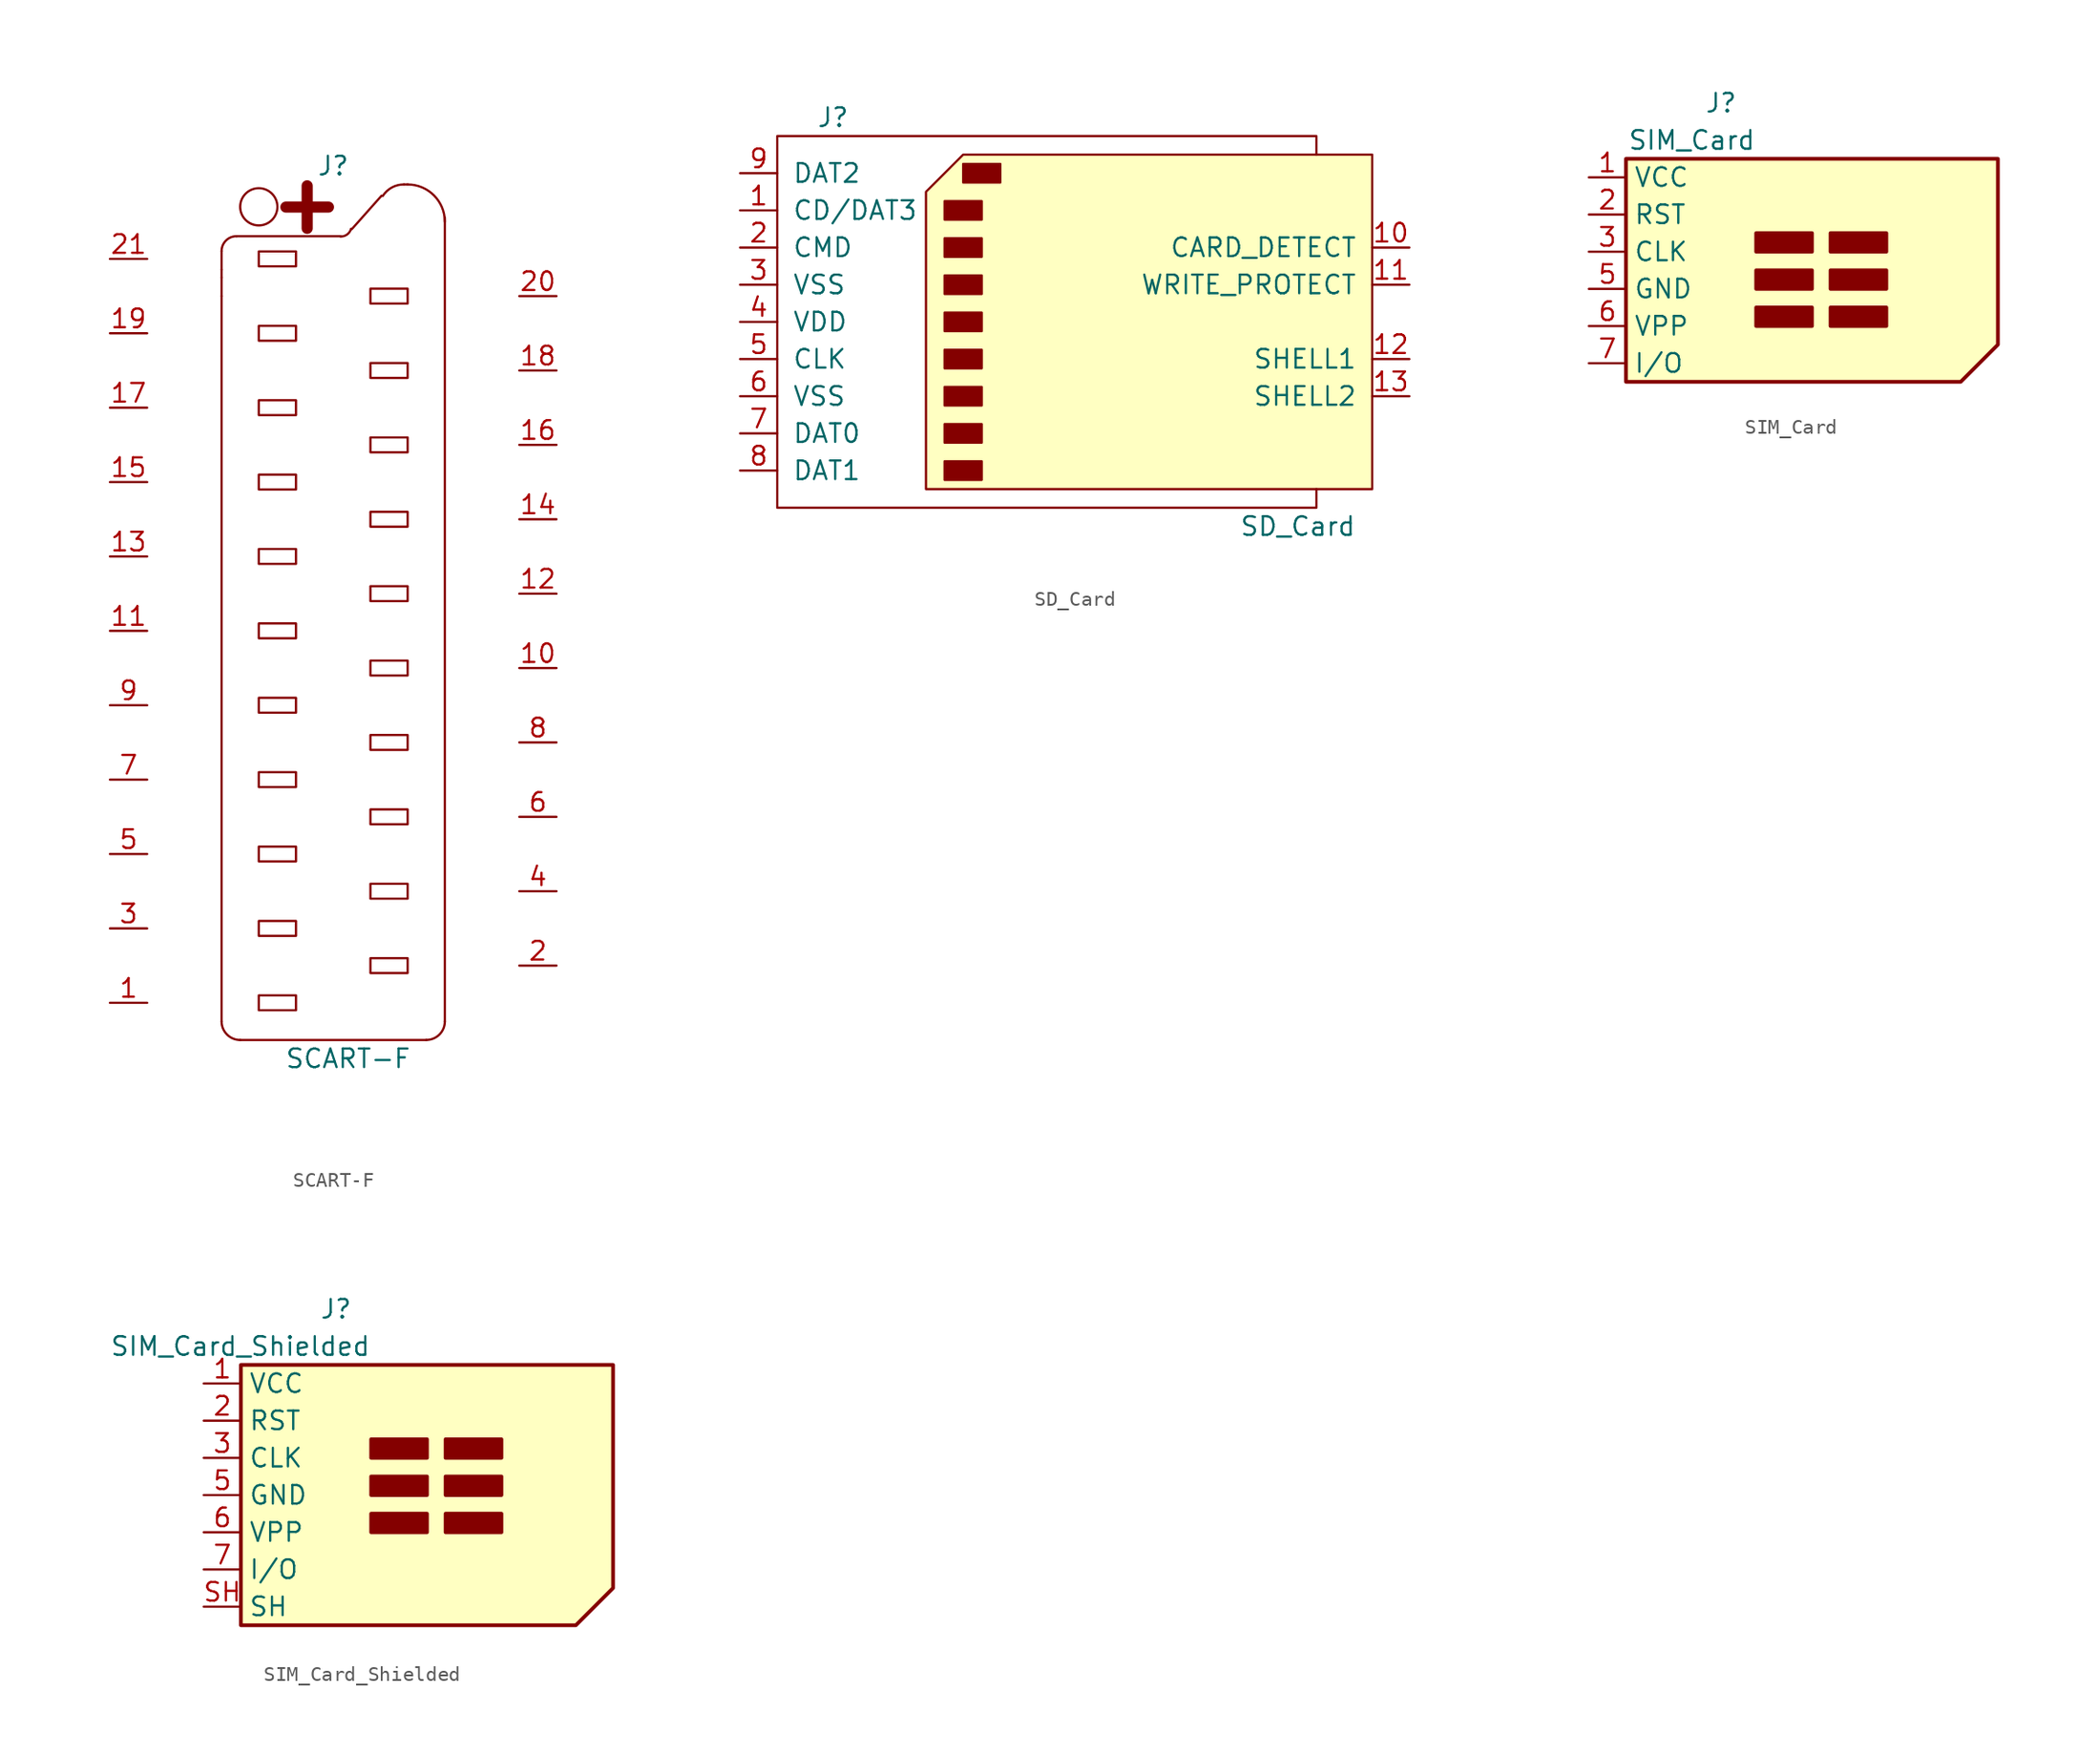
<source format=kicad_sym>
(kicad_symbol_lib
  (version 20220914)
  (generator kicad_symbol_editor)
  (symbol "SCART-F"
    (pin_names
      (offset 0.762) hide)
    (property "Reference" "J"
      (at 0 31.75 0)
      (effects (font (size 1.27 1.27))))
    (property "Value" "SCART-F"
      (at 1.016 -29.21 0)
      (effects (font (size 1.27 1.27))))
    (symbol "SCART-F_0_1"
      (arc (start -7.62 -26.67) (mid -7.248 -27.568) (end -6.35 -27.94) (stroke (width 0) (type solid)) (fill (type none)))
      (arc (start -6.604 26.9494) (mid -7.3224 26.6518) (end -7.62 25.9334) (stroke (width 0) (type solid)) (fill (type none)))
      (rectangle (start -5.08 -24.892) (end -2.54 -25.908) (stroke (width 0) (type solid)) (fill (type none)))
      (rectangle (start -5.08 -19.812) (end -2.54 -20.828) (stroke (width 0) (type solid)) (fill (type none)))
      (rectangle (start -5.08 -14.732) (end -2.54 -15.748) (stroke (width 0) (type solid)) (fill (type none)))
      (rectangle (start -5.08 -9.652) (end -2.54 -10.668) (stroke (width 0) (type solid)) (fill (type none)))
      (rectangle (start -5.08 -4.572) (end -2.54 -5.588) (stroke (width 0) (type solid)) (fill (type none)))
      (rectangle (start -5.08 0.508) (end -2.54 -0.508) (stroke (width 0) (type solid)) (fill (type none)))
      (rectangle (start -5.08 5.588) (end -2.54 4.572) (stroke (width 0) (type solid)) (fill (type none)))
      (rectangle (start -5.08 10.668) (end -2.54 9.652) (stroke (width 0) (type solid)) (fill (type none)))
      (rectangle (start -5.08 15.748) (end -2.54 14.732) (stroke (width 0) (type solid)) (fill (type none)))
      (rectangle (start -5.08 20.828) (end -2.54 19.812) (stroke (width 0) (type solid)) (fill (type none)))
      (rectangle (start -5.08 25.908) (end -2.54 24.892) (stroke (width 0) (type solid)) (fill (type none)))
      (circle (center -5.08 28.956) (radius 1.27) (stroke (width 0) (type solid)) (fill (type none)))
      (polyline (pts (xy -7.62 22.86) (xy -7.62 -26.67)) (stroke (width 0) (type solid)) (fill (type none)))
      (polyline (pts (xy -7.62 22.86) (xy -7.62 24.13)) (stroke (width 0) (type solid)) (fill (type none)))
      (polyline (pts (xy -7.62 24.663) (xy -7.62 24.13)) (stroke (width 0) (type solid)) (fill (type none)))
      (polyline (pts (xy -7.62 24.663) (xy -7.62 25.933)) (stroke (width 0) (type solid)) (fill (type none)))
      (polyline (pts (xy -6.604 26.949) (xy 0.508 26.949)) (stroke (width 0) (type solid)) (fill (type none)))
      (polyline (pts (xy -6.35 -27.94) (xy 6.35 -27.94)) (stroke (width 0) (type solid)) (fill (type none)))
      (polyline (pts (xy 3.302 29.718) (xy 1.27 27.432)) (stroke (width 0) (type solid)) (fill (type none)))
      (polyline (pts (xy 4.826 30.48) (xy 5.08 30.48)) (stroke (width 0) (type solid)) (fill (type none)))
      (polyline (pts (xy 7.62 -26.67) (xy 7.62 28.219)) (stroke (width 0) (type solid)) (fill (type none)))
      (arc (start 0.508 26.924) (mid 0.9569 27.0702) (end 1.2192 27.4574) (stroke (width 0) (type solid)) (fill (type none)))
      (rectangle (start 2.54 -22.352) (end 5.08 -23.368) (stroke (width 0) (type solid)) (fill (type none)))
      (rectangle (start 2.54 -17.272) (end 5.08 -18.288) (stroke (width 0) (type solid)) (fill (type none)))
      (rectangle (start 2.54 -12.192) (end 5.08 -13.208) (stroke (width 0) (type solid)) (fill (type none)))
      (rectangle (start 2.54 -7.112) (end 5.08 -8.128) (stroke (width 0) (type solid)) (fill (type none)))
      (rectangle (start 2.54 -2.032) (end 5.08 -3.048) (stroke (width 0) (type solid)) (fill (type none)))
      (rectangle (start 2.54 3.048) (end 5.08 2.032) (stroke (width 0) (type solid)) (fill (type none)))
      (rectangle (start 2.54 8.128) (end 5.08 7.112) (stroke (width 0) (type solid)) (fill (type none)))
      (rectangle (start 2.54 13.208) (end 5.08 12.192) (stroke (width 0) (type solid)) (fill (type none)))
      (rectangle (start 2.54 18.288) (end 5.08 17.272) (stroke (width 0) (type solid)) (fill (type none)))
      (rectangle (start 2.54 23.368) (end 5.08 22.352) (stroke (width 0) (type solid)) (fill (type none)))
      (arc (start 4.826 30.48) (mid 3.999 30.2726) (end 3.3782 29.6926) (stroke (width 0) (type solid)) (fill (type none)))
      (arc (start 6.35 -27.94) (mid 7.248 -27.568) (end 7.62 -26.67) (stroke (width 0) (type solid)) (fill (type none)))
      (arc (start 7.62 27.94) (mid 6.8761 29.7361) (end 5.08 30.48) (stroke (width 0) (type solid)) (fill (type none)))
      (text "+" (at -1.778 29.21 0) (effects (font (size 3.81 3.81) bold))))
    (symbol "SCART-F_1_1"
      (pin passive line (at -15.24 -25.4 0) (length 2.54) (name "P1" (effects (font (size 1.27 1.27)))) (number "1" (effects (font (size 1.27 1.27)))))
      (pin passive line (at 15.24 -2.54 180) (length 2.54) (name "P10" (effects (font (size 1.27 1.27)))) (number "10" (effects (font (size 1.27 1.27)))))
      (pin passive line (at -15.24 0 0) (length 2.54) (name "P11" (effects (font (size 1.27 1.27)))) (number "11" (effects (font (size 1.27 1.27)))))
      (pin passive line (at 15.24 2.54 180) (length 2.54) (name "P12" (effects (font (size 1.27 1.27)))) (number "12" (effects (font (size 1.27 1.27)))))
      (pin passive line (at -15.24 5.08 0) (length 2.54) (name "P13" (effects (font (size 1.27 1.27)))) (number "13" (effects (font (size 1.27 1.27)))))
      (pin passive line (at 15.24 7.62 180) (length 2.54) (name "P14" (effects (font (size 1.27 1.27)))) (number "14" (effects (font (size 1.27 1.27)))))
      (pin passive line (at -15.24 10.16 0) (length 2.54) (name "P15" (effects (font (size 1.27 1.27)))) (number "15" (effects (font (size 1.27 1.27)))))
      (pin passive line (at 15.24 12.7 180) (length 2.54) (name "P16" (effects (font (size 1.27 1.27)))) (number "16" (effects (font (size 1.27 1.27)))))
      (pin passive line (at -15.24 15.24 0) (length 2.54) (name "P17" (effects (font (size 1.27 1.27)))) (number "17" (effects (font (size 1.27 1.27)))))
      (pin passive line (at 15.24 17.78 180) (length 2.54) (name "P18" (effects (font (size 1.27 1.27)))) (number "18" (effects (font (size 1.27 1.27)))))
      (pin passive line (at -15.24 20.32 0) (length 2.54) (name "P19" (effects (font (size 1.27 1.27)))) (number "19" (effects (font (size 1.27 1.27)))))
      (pin passive line (at 15.24 -22.86 180) (length 2.54) (name "P2" (effects (font (size 1.27 1.27)))) (number "2" (effects (font (size 1.27 1.27)))))
      (pin passive line (at 15.24 22.86 180) (length 2.54) (name "P20" (effects (font (size 1.27 1.27)))) (number "20" (effects (font (size 1.27 1.27)))))
      (pin passive line (at -15.24 25.4 0) (length 2.54) (name "P21" (effects (font (size 1.27 1.27)))) (number "21" (effects (font (size 1.27 1.27)))))
      (pin passive line (at -15.24 -20.32 0) (length 2.54) (name "P3" (effects (font (size 1.27 1.27)))) (number "3" (effects (font (size 1.27 1.27)))))
      (pin passive line (at 15.24 -17.78 180) (length 2.54) (name "P4" (effects (font (size 1.27 1.27)))) (number "4" (effects (font (size 1.27 1.27)))))
      (pin passive line (at -15.24 -15.24 0) (length 2.54) (name "P5" (effects (font (size 1.27 1.27)))) (number "5" (effects (font (size 1.27 1.27)))))
      (pin passive line (at 15.24 -12.7 180) (length 2.54) (name "P6" (effects (font (size 1.27 1.27)))) (number "6" (effects (font (size 1.27 1.27)))))
      (pin passive line (at -15.24 -10.16 0) (length 2.54) (name "P7" (effects (font (size 1.27 1.27)))) (number "7" (effects (font (size 1.27 1.27)))))
      (pin passive line (at 15.24 -7.62 180) (length 2.54) (name "P8" (effects (font (size 1.27 1.27)))) (number "8" (effects (font (size 1.27 1.27)))))
      (pin passive line (at -15.24 -5.08 0) (length 2.54) (name "P9" (effects (font (size 1.27 1.27)))) (number "9" (effects (font (size 1.27 1.27)))))))
  (symbol "SD_Card"
    (pin_names
      (offset 1.016))
    (property "Reference" "J"
      (at -16.51 13.97 0)
      (effects (font (size 1.27 1.27))))
    (property "Value" "SD_Card"
      (at 15.24 -13.97 0)
      (effects (font (size 1.27 1.27))))
    (symbol "SD_Card_0_1"
      (rectangle (start -8.89 -9.525) (end -6.35 -10.795) (stroke (width 0) (type solid)) (fill (type outline)))
      (rectangle (start -8.89 -6.985) (end -6.35 -8.255) (stroke (width 0) (type solid)) (fill (type outline)))
      (rectangle (start -8.89 -4.445) (end -6.35 -5.715) (stroke (width 0) (type solid)) (fill (type outline)))
      (rectangle (start -8.89 -1.905) (end -6.35 -3.175) (stroke (width 0) (type solid)) (fill (type outline)))
      (rectangle (start -8.89 0.635) (end -6.35 -0.635) (stroke (width 0) (type solid)) (fill (type outline)))
      (rectangle (start -8.89 3.175) (end -6.35 1.905) (stroke (width 0) (type solid)) (fill (type outline)))
      (rectangle (start -8.89 5.715) (end -6.35 4.445) (stroke (width 0) (type solid)) (fill (type outline)))
      (rectangle (start -8.89 8.255) (end -6.35 6.985) (stroke (width 0) (type solid)) (fill (type outline)))
      (rectangle (start -7.62 10.795) (end -5.08 9.525) (stroke (width 0) (type solid)) (fill (type outline)))
      (polyline (pts (xy -10.16 8.89) (xy -7.62 11.43) (xy 20.32 11.43) (xy 20.32 -11.43) (xy -10.16 -11.43) (xy -10.16 8.89)) (stroke (width 0) (type solid)) (fill (type background)))
      (polyline (pts (xy 16.51 11.43) (xy 16.51 12.7) (xy -20.32 12.7) (xy -20.32 -12.7) (xy 16.51 -12.7) (xy 16.51 -11.43)) (stroke (width 0) (type solid)) (fill (type none))))
    (symbol "SD_Card_1_1"
      (pin input line (at -22.86 7.62 0) (length 2.54) (name "CD/DAT3" (effects (font (size 1.27 1.27)))) (number "1" (effects (font (size 1.27 1.27)))))
      (pin input line (at 22.86 5.08 180) (length 2.54) (name "CARD_DETECT" (effects (font (size 1.27 1.27)))) (number "10" (effects (font (size 1.27 1.27)))))
      (pin input line (at 22.86 2.54 180) (length 2.54) (name "WRITE_PROTECT" (effects (font (size 1.27 1.27)))) (number "11" (effects (font (size 1.27 1.27)))))
      (pin input line (at 22.86 -2.54 180) (length 2.54) (name "SHELL1" (effects (font (size 1.27 1.27)))) (number "12" (effects (font (size 1.27 1.27)))))
      (pin input line (at 22.86 -5.08 180) (length 2.54) (name "SHELL2" (effects (font (size 1.27 1.27)))) (number "13" (effects (font (size 1.27 1.27)))))
      (pin input line (at -22.86 5.08 0) (length 2.54) (name "CMD" (effects (font (size 1.27 1.27)))) (number "2" (effects (font (size 1.27 1.27)))))
      (pin power_in line (at -22.86 2.54 0) (length 2.54) (name "VSS" (effects (font (size 1.27 1.27)))) (number "3" (effects (font (size 1.27 1.27)))))
      (pin power_in line (at -22.86 0 0) (length 2.54) (name "VDD" (effects (font (size 1.27 1.27)))) (number "4" (effects (font (size 1.27 1.27)))))
      (pin input line (at -22.86 -2.54 0) (length 2.54) (name "CLK" (effects (font (size 1.27 1.27)))) (number "5" (effects (font (size 1.27 1.27)))))
      (pin power_in line (at -22.86 -5.08 0) (length 2.54) (name "VSS" (effects (font (size 1.27 1.27)))) (number "6" (effects (font (size 1.27 1.27)))))
      (pin input line (at -22.86 -7.62 0) (length 2.54) (name "DAT0" (effects (font (size 1.27 1.27)))) (number "7" (effects (font (size 1.27 1.27)))))
      (pin input line (at -22.86 -10.16 0) (length 2.54) (name "DAT1" (effects (font (size 1.27 1.27)))) (number "8" (effects (font (size 1.27 1.27)))))
      (pin input line (at -22.86 10.16 0) (length 2.54) (name "DAT2" (effects (font (size 1.27 1.27)))) (number "9" (effects (font (size 1.27 1.27)))))))
  (symbol "SIM_Card"
    (property "Reference" "J"
      (at -2.54 12.7 0)
      (effects (font (size 1.27 1.27)) (justify right)))
    (property "Value" "SIM_Card"
      (at -1.27 10.16 0)
      (effects (font (size 1.27 1.27)) (justify right)))
    (symbol "SIM_Card_0_1"
      (rectangle (start -1.27 -2.54) (end 2.54 -1.27) (stroke (width 0.254) (type solid)) (fill (type outline)))
      (rectangle (start -1.27 0) (end 2.54 1.27) (stroke (width 0.254) (type solid)) (fill (type outline)))
      (rectangle (start -1.27 2.54) (end 2.54 3.81) (stroke (width 0.254) (type solid)) (fill (type outline)))
      (polyline (pts (xy -10.16 8.89) (xy 15.24 8.89) (xy 15.24 -3.81) (xy 12.7 -6.35) (xy -10.16 -6.35) (xy -10.16 8.89)) (stroke (width 0.254) (type solid)) (fill (type background)))
      (rectangle (start 3.81 -1.27) (end 7.62 -2.54) (stroke (width 0.254) (type solid)) (fill (type outline)))
      (rectangle (start 3.81 0) (end 7.62 1.27) (stroke (width 0.254) (type solid)) (fill (type outline)))
      (rectangle (start 3.81 2.54) (end 7.62 3.81) (stroke (width 0.254) (type solid)) (fill (type outline))))
    (symbol "SIM_Card_1_1"
      (pin power_in line (at -12.7 7.62 0) (length 2.54) (name "VCC" (effects (font (size 1.27 1.27)))) (number "1" (effects (font (size 1.27 1.27)))))
      (pin input line (at -12.7 5.08 0) (length 2.54) (name "RST" (effects (font (size 1.27 1.27)))) (number "2" (effects (font (size 1.27 1.27)))))
      (pin input line (at -12.7 2.54 0) (length 2.54) (name "CLK" (effects (font (size 1.27 1.27)))) (number "3" (effects (font (size 1.27 1.27)))))
      (pin power_in line (at -12.7 0 0) (length 2.54) (name "GND" (effects (font (size 1.27 1.27)))) (number "5" (effects (font (size 1.27 1.27)))))
      (pin input line (at -12.7 -2.54 0) (length 2.54) (name "VPP" (effects (font (size 1.27 1.27)))) (number "6" (effects (font (size 1.27 1.27)))))
      (pin bidirectional line (at -12.7 -5.08 0) (length 2.54) (name "I/O" (effects (font (size 1.27 1.27)))) (number "7" (effects (font (size 1.27 1.27)))))))
  (symbol "SIM_Card_Shielded"
    (property "Reference" "J"
      (at -2.54 12.7 0)
      (effects (font (size 1.27 1.27)) (justify right)))
    (property "Value" "SIM_Card_Shielded"
      (at -1.27 10.16 0)
      (effects (font (size 1.27 1.27)) (justify right)))
    (symbol "SIM_Card_Shielded_0_1"
      (rectangle (start -1.27 -2.54) (end 2.54 -1.27) (stroke (width 0.254) (type solid)) (fill (type outline)))
      (rectangle (start -1.27 0) (end 2.54 1.27) (stroke (width 0.254) (type solid)) (fill (type outline)))
      (rectangle (start -1.27 2.54) (end 2.54 3.81) (stroke (width 0.254) (type solid)) (fill (type outline)))
      (polyline (pts (xy -10.16 8.89) (xy -10.16 -8.89) (xy 12.7 -8.89) (xy 15.24 -6.35) (xy 15.24 8.89) (xy -10.16 8.89)) (stroke (width 0.254) (type solid)) (fill (type background)))
      (rectangle (start 3.81 -1.27) (end 7.62 -2.54) (stroke (width 0.254) (type solid)) (fill (type outline)))
      (rectangle (start 3.81 0) (end 7.62 1.27) (stroke (width 0.254) (type solid)) (fill (type outline)))
      (rectangle (start 3.81 2.54) (end 7.62 3.81) (stroke (width 0.254) (type solid)) (fill (type outline))))
    (symbol "SIM_Card_Shielded_1_1"
      (pin power_in line (at -12.7 7.62 0) (length 2.54) (name "VCC" (effects (font (size 1.27 1.27)))) (number "1" (effects (font (size 1.27 1.27)))))
      (pin input line (at -12.7 5.08 0) (length 2.54) (name "RST" (effects (font (size 1.27 1.27)))) (number "2" (effects (font (size 1.27 1.27)))))
      (pin input line (at -12.7 2.54 0) (length 2.54) (name "CLK" (effects (font (size 1.27 1.27)))) (number "3" (effects (font (size 1.27 1.27)))))
      (pin power_in line (at -12.7 0 0) (length 2.54) (name "GND" (effects (font (size 1.27 1.27)))) (number "5" (effects (font (size 1.27 1.27)))))
      (pin input line (at -12.7 -2.54 0) (length 2.54) (name "VPP" (effects (font (size 1.27 1.27)))) (number "6" (effects (font (size 1.27 1.27)))))
      (pin bidirectional line (at -12.7 -5.08 0) (length 2.54) (name "I/O" (effects (font (size 1.27 1.27)))) (number "7" (effects (font (size 1.27 1.27)))))
      (pin passive line (at -12.7 -7.62 0) (length 2.54) (name "SH" (effects (font (size 1.27 1.27)))) (number "SH" (effects (font (size 1.27 1.27))))))))
</source>
